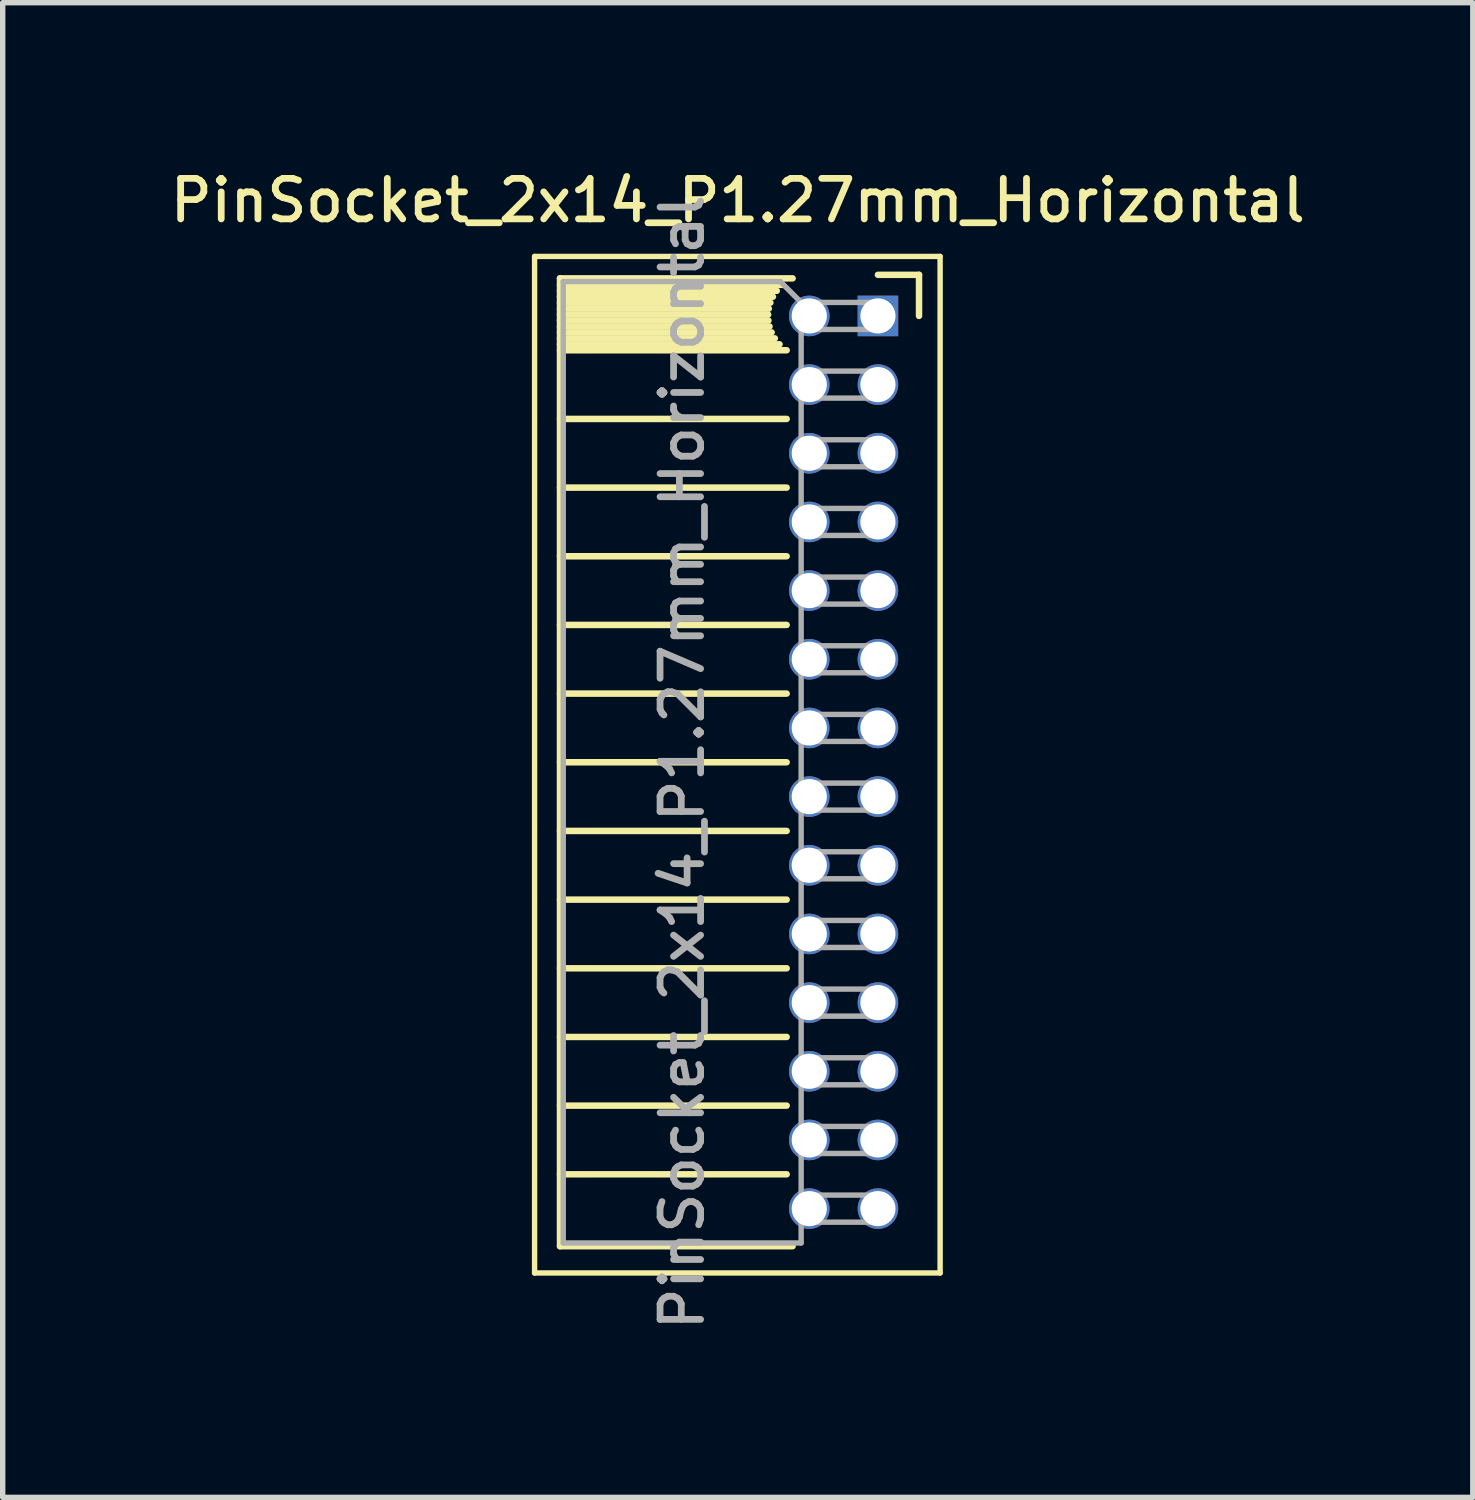
<source format=kicad_pcb>
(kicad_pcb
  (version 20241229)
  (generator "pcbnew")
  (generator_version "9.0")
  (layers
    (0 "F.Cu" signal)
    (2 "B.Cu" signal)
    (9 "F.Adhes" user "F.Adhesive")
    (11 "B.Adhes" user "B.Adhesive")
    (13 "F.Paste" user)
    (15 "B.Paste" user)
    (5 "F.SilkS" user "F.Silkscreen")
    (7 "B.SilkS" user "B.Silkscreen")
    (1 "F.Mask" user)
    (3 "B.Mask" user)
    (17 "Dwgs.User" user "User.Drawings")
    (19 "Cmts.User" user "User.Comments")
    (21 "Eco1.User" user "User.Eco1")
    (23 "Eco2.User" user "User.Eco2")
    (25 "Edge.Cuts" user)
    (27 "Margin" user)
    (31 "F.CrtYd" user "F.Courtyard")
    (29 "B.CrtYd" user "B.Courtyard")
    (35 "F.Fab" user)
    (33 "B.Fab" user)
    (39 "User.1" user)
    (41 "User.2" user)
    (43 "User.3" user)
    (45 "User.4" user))
  (footprint "PinSocket_2x14_P1.27mm_Horizontal"
    (layer "F.Cu")
    (at 13.187 2.793)
    (property "Reference" "PinSocket_2x14_P1.27mm_Horizontal" (at -2.592 -2.135 0) (layer "F.SilkS") (effects (font (size 0.75 0.75) (thickness 0.125))))
    (attr through_hole)
    (fp_line (start -6.35 -1.1) (end -6.35 17.7) (stroke (width 0.1) (type solid)) (layer "F.SilkS"))
    (fp_line (start -6.35 17.7) (end 1.15 17.7) (stroke (width 0.1) (type solid)) (layer "F.SilkS"))
    (fp_line (start -5.88 -0.695) (end -5.88 17.205) (stroke (width 0.12) (type solid)) (layer "F.SilkS"))
    (fp_line (start -5.88 -0.695) (end -1.578 -0.695) (stroke (width 0.12) (type solid)) (layer "F.SilkS"))
    (fp_line (start -5.88 -0.575) (end -1.767 -0.575) (stroke (width 0.12) (type solid)) (layer "F.SilkS"))
    (fp_line (start -5.88 -0.465) (end -1.871 -0.465) (stroke (width 0.12) (type solid)) (layer "F.SilkS"))
    (fp_line (start -5.88 -0.355) (end -1.942 -0.355) (stroke (width 0.12) (type solid)) (layer "F.SilkS"))
    (fp_line (start -5.88 -0.245) (end -1.989 -0.245) (stroke (width 0.12) (type solid)) (layer "F.SilkS"))
    (fp_line (start -5.88 -0.135) (end -2.018 -0.135) (stroke (width 0.12) (type solid)) (layer "F.SilkS"))
    (fp_line (start -5.88 -0.025) (end -2.03 -0.025) (stroke (width 0.12) (type solid)) (layer "F.SilkS"))
    (fp_line (start -5.88 0.085) (end -2.025 0.085) (stroke (width 0.12) (type solid)) (layer "F.SilkS"))
    (fp_line (start -5.88 0.195) (end -2.005 0.195) (stroke (width 0.12) (type solid)) (layer "F.SilkS"))
    (fp_line (start -5.88 0.305) (end -1.966 0.305) (stroke (width 0.12) (type solid)) (layer "F.SilkS"))
    (fp_line (start -5.88 0.415) (end -1.907 0.415) (stroke (width 0.12) (type solid)) (layer "F.SilkS"))
    (fp_line (start -5.88 0.525) (end -1.82 0.525) (stroke (width 0.12) (type solid)) (layer "F.SilkS"))
    (fp_line (start -5.88 0.635) (end -1.688 0.635) (stroke (width 0.12) (type solid)) (layer "F.SilkS"))
    (fp_line (start -5.88 1.905) (end -1.688 1.905) (stroke (width 0.12) (type solid)) (layer "F.SilkS"))
    (fp_line (start -5.88 3.175) (end -1.688 3.175) (stroke (width 0.12) (type solid)) (layer "F.SilkS"))
    (fp_line (start -5.88 4.445) (end -1.688 4.445) (stroke (width 0.12) (type solid)) (layer "F.SilkS"))
    (fp_line (start -5.88 5.715) (end -1.688 5.715) (stroke (width 0.12) (type solid)) (layer "F.SilkS"))
    (fp_line (start -5.88 6.985) (end -1.688 6.985) (stroke (width 0.12) (type solid)) (layer "F.SilkS"))
    (fp_line (start -5.88 8.255) (end -1.688 8.255) (stroke (width 0.12) (type solid)) (layer "F.SilkS"))
    (fp_line (start -5.88 9.525) (end -1.688 9.525) (stroke (width 0.12) (type solid)) (layer "F.SilkS"))
    (fp_line (start -5.88 10.795) (end -1.688 10.795) (stroke (width 0.12) (type solid)) (layer "F.SilkS"))
    (fp_line (start -5.88 12.065) (end -1.688 12.065) (stroke (width 0.12) (type solid)) (layer "F.SilkS"))
    (fp_line (start -5.88 13.335) (end -1.688 13.335) (stroke (width 0.12) (type solid)) (layer "F.SilkS"))
    (fp_line (start -5.88 14.605) (end -1.688 14.605) (stroke (width 0.12) (type solid)) (layer "F.SilkS"))
    (fp_line (start -5.88 15.875) (end -1.688 15.875) (stroke (width 0.12) (type solid)) (layer "F.SilkS"))
    (fp_line (start -5.88 17.205) (end -1.578 17.205) (stroke (width 0.12) (type solid)) (layer "F.SilkS"))
    (fp_line (start 0 -0.76) (end 0.76 -0.76) (stroke (width 0.12) (type solid)) (layer "F.SilkS"))
    (fp_line (start 0.76 -0.76) (end 0.76 0) (stroke (width 0.12) (type solid)) (layer "F.SilkS"))
    (fp_line (start 1.15 -1.1) (end -6.35 -1.1) (stroke (width 0.1) (type solid)) (layer "F.SilkS"))
    (fp_line (start 1.15 17.7) (end 1.15 -1.1) (stroke (width 0.1) (type solid)) (layer "F.SilkS"))
    (fp_line (start -5.82 -0.635) (end -1.805 -0.635) (stroke (width 0.1) (type solid)) (layer "F.Fab"))
    (fp_line (start -5.82 17.145) (end -5.82 -0.635) (stroke (width 0.1) (type solid)) (layer "F.Fab"))
    (fp_line (start -1.805 -0.635) (end -1.42 -0.25) (stroke (width 0.1) (type solid)) (layer "F.Fab"))
    (fp_line (start -1.42 -0.25) (end -1.42 17.145) (stroke (width 0.1) (type solid)) (layer "F.Fab"))
    (fp_line (start -1.42 0.25) (end 0 0.25) (stroke (width 0.1) (type solid)) (layer "F.Fab"))
    (fp_line (start -1.42 1.52) (end 0 1.52) (stroke (width 0.1) (type solid)) (layer "F.Fab"))
    (fp_line (start -1.42 2.79) (end 0 2.79) (stroke (width 0.1) (type solid)) (layer "F.Fab"))
    (fp_line (start -1.42 4.06) (end 0 4.06) (stroke (width 0.1) (type solid)) (layer "F.Fab"))
    (fp_line (start -1.42 5.33) (end 0 5.33) (stroke (width 0.1) (type solid)) (layer "F.Fab"))
    (fp_line (start -1.42 6.6) (end 0 6.6) (stroke (width 0.1) (type solid)) (layer "F.Fab"))
    (fp_line (start -1.42 7.87) (end 0 7.87) (stroke (width 0.1) (type solid)) (layer "F.Fab"))
    (fp_line (start -1.42 9.14) (end 0 9.14) (stroke (width 0.1) (type solid)) (layer "F.Fab"))
    (fp_line (start -1.42 10.41) (end 0 10.41) (stroke (width 0.1) (type solid)) (layer "F.Fab"))
    (fp_line (start -1.42 11.68) (end 0 11.68) (stroke (width 0.1) (type solid)) (layer "F.Fab"))
    (fp_line (start -1.42 12.95) (end 0 12.95) (stroke (width 0.1) (type solid)) (layer "F.Fab"))
    (fp_line (start -1.42 14.22) (end 0 14.22) (stroke (width 0.1) (type solid)) (layer "F.Fab"))
    (fp_line (start -1.42 15.49) (end 0 15.49) (stroke (width 0.1) (type solid)) (layer "F.Fab"))
    (fp_line (start -1.42 16.76) (end 0 16.76) (stroke (width 0.1) (type solid)) (layer "F.Fab"))
    (fp_line (start -1.42 17.145) (end -5.82 17.145) (stroke (width 0.1) (type solid)) (layer "F.Fab"))
    (fp_line (start 0 -0.25) (end -1.42 -0.25) (stroke (width 0.1) (type solid)) (layer "F.Fab"))
    (fp_line (start 0 0.25) (end 0 -0.25) (stroke (width 0.1) (type solid)) (layer "F.Fab"))
    (fp_line (start 0 1.02) (end -1.42 1.02) (stroke (width 0.1) (type solid)) (layer "F.Fab"))
    (fp_line (start 0 1.52) (end 0 1.02) (stroke (width 0.1) (type solid)) (layer "F.Fab"))
    (fp_line (start 0 2.29) (end -1.42 2.29) (stroke (width 0.1) (type solid)) (layer "F.Fab"))
    (fp_line (start 0 2.79) (end 0 2.29) (stroke (width 0.1) (type solid)) (layer "F.Fab"))
    (fp_line (start 0 3.56) (end -1.42 3.56) (stroke (width 0.1) (type solid)) (layer "F.Fab"))
    (fp_line (start 0 4.06) (end 0 3.56) (stroke (width 0.1) (type solid)) (layer "F.Fab"))
    (fp_line (start 0 4.83) (end -1.42 4.83) (stroke (width 0.1) (type solid)) (layer "F.Fab"))
    (fp_line (start 0 5.33) (end 0 4.83) (stroke (width 0.1) (type solid)) (layer "F.Fab"))
    (fp_line (start 0 6.1) (end -1.42 6.1) (stroke (width 0.1) (type solid)) (layer "F.Fab"))
    (fp_line (start 0 6.6) (end 0 6.1) (stroke (width 0.1) (type solid)) (layer "F.Fab"))
    (fp_line (start 0 7.37) (end -1.42 7.37) (stroke (width 0.1) (type solid)) (layer "F.Fab"))
    (fp_line (start 0 7.87) (end 0 7.37) (stroke (width 0.1) (type solid)) (layer "F.Fab"))
    (fp_line (start 0 8.64) (end -1.42 8.64) (stroke (width 0.1) (type solid)) (layer "F.Fab"))
    (fp_line (start 0 9.14) (end 0 8.64) (stroke (width 0.1) (type solid)) (layer "F.Fab"))
    (fp_line (start 0 9.91) (end -1.42 9.91) (stroke (width 0.1) (type solid)) (layer "F.Fab"))
    (fp_line (start 0 10.41) (end 0 9.91) (stroke (width 0.1) (type solid)) (layer "F.Fab"))
    (fp_line (start 0 11.18) (end -1.42 11.18) (stroke (width 0.1) (type solid)) (layer "F.Fab"))
    (fp_line (start 0 11.68) (end 0 11.18) (stroke (width 0.1) (type solid)) (layer "F.Fab"))
    (fp_line (start 0 12.45) (end -1.42 12.45) (stroke (width 0.1) (type solid)) (layer "F.Fab"))
    (fp_line (start 0 12.95) (end 0 12.45) (stroke (width 0.1) (type solid)) (layer "F.Fab"))
    (fp_line (start 0 13.72) (end -1.42 13.72) (stroke (width 0.1) (type solid)) (layer "F.Fab"))
    (fp_line (start 0 14.22) (end 0 13.72) (stroke (width 0.1) (type solid)) (layer "F.Fab"))
    (fp_line (start 0 14.99) (end -1.42 14.99) (stroke (width 0.1) (type solid)) (layer "F.Fab"))
    (fp_line (start 0 15.49) (end 0 14.99) (stroke (width 0.1) (type solid)) (layer "F.Fab"))
    (fp_line (start 0 16.26) (end -1.42 16.26) (stroke (width 0.1) (type solid)) (layer "F.Fab"))
    (fp_line (start 0 16.76) (end 0 16.26) (stroke (width 0.1) (type solid)) (layer "F.Fab"))
    (fp_text user "${REFERENCE}" (at -3.62 8.255 90) (layer "F.Fab") (effects (font (size 0.75 0.75) (thickness 0.125))))
    (pad "1" thru_hole rect (at 0 0) (size 0.75 0.75) (drill 0.65) (layers "*.Cu" "*.Mask"))
    (pad "2" thru_hole oval (at -1.27 0) (size 0.75 0.75) (drill 0.65) (layers "*.Cu" "*.Mask"))
    (pad "3" thru_hole oval (at 0 1.27) (size 0.75 0.75) (drill 0.65) (layers "*.Cu" "*.Mask"))
    (pad "4" thru_hole oval (at -1.27 1.27) (size 0.75 0.75) (drill 0.65) (layers "*.Cu" "*.Mask"))
    (pad "5" thru_hole oval (at 0 2.54) (size 0.75 0.75) (drill 0.65) (layers "*.Cu" "*.Mask"))
    (pad "6" thru_hole oval (at -1.27 2.54) (size 0.75 0.75) (drill 0.65) (layers "*.Cu" "*.Mask"))
    (pad "7" thru_hole oval (at 0 3.81) (size 0.75 0.75) (drill 0.65) (layers "*.Cu" "*.Mask"))
    (pad "8" thru_hole oval (at -1.27 3.81) (size 0.75 0.75) (drill 0.65) (layers "*.Cu" "*.Mask"))
    (pad "9" thru_hole oval (at 0 5.08) (size 0.75 0.75) (drill 0.65) (layers "*.Cu" "*.Mask"))
    (pad "10" thru_hole oval (at -1.27 5.08) (size 0.75 0.75) (drill 0.65) (layers "*.Cu" "*.Mask"))
    (pad "11" thru_hole oval (at 0 6.35) (size 0.75 0.75) (drill 0.65) (layers "*.Cu" "*.Mask"))
    (pad "12" thru_hole oval (at -1.27 6.35) (size 0.75 0.75) (drill 0.65) (layers "*.Cu" "*.Mask"))
    (pad "13" thru_hole oval (at 0 7.62) (size 0.75 0.75) (drill 0.65) (layers "*.Cu" "*.Mask"))
    (pad "14" thru_hole oval (at -1.27 7.62) (size 0.75 0.75) (drill 0.65) (layers "*.Cu" "*.Mask"))
    (pad "15" thru_hole oval (at 0 8.89) (size 0.75 0.75) (drill 0.65) (layers "*.Cu" "*.Mask"))
    (pad "16" thru_hole oval (at -1.27 8.89) (size 0.75 0.75) (drill 0.65) (layers "*.Cu" "*.Mask"))
    (pad "17" thru_hole oval (at 0 10.16) (size 0.75 0.75) (drill 0.65) (layers "*.Cu" "*.Mask"))
    (pad "18" thru_hole oval (at -1.27 10.16) (size 0.75 0.75) (drill 0.65) (layers "*.Cu" "*.Mask"))
    (pad "19" thru_hole oval (at 0 11.43) (size 0.75 0.75) (drill 0.65) (layers "*.Cu" "*.Mask"))
    (pad "20" thru_hole oval (at -1.27 11.43) (size 0.75 0.75) (drill 0.65) (layers "*.Cu" "*.Mask"))
    (pad "21" thru_hole oval (at 0 12.7) (size 0.75 0.75) (drill 0.65) (layers "*.Cu" "*.Mask"))
    (pad "22" thru_hole oval (at -1.27 12.7) (size 0.75 0.75) (drill 0.65) (layers "*.Cu" "*.Mask"))
    (pad "23" thru_hole oval (at 0 13.97) (size 0.75 0.75) (drill 0.65) (layers "*.Cu" "*.Mask"))
    (pad "24" thru_hole oval (at -1.27 13.97) (size 0.75 0.75) (drill 0.65) (layers "*.Cu" "*.Mask"))
    (pad "25" thru_hole oval (at 0 15.24) (size 0.75 0.75) (drill 0.65) (layers "*.Cu" "*.Mask"))
    (pad "26" thru_hole oval (at -1.27 15.24) (size 0.75 0.75) (drill 0.65) (layers "*.Cu" "*.Mask"))
    (pad "27" thru_hole oval (at 0 16.51) (size 0.75 0.75) (drill 0.65) (layers "*.Cu" "*.Mask"))
    (pad "28" thru_hole oval (at -1.27 16.51) (size 0.75 0.75) (drill 0.65) (layers "*.Cu" "*.Mask")))
  (gr_rect
    (start -3 -3)
    (end 24.189 24.643)
    (stroke (width 0.1) (type default))
    (fill no)
    (layer "Edge.Cuts")))
</source>
